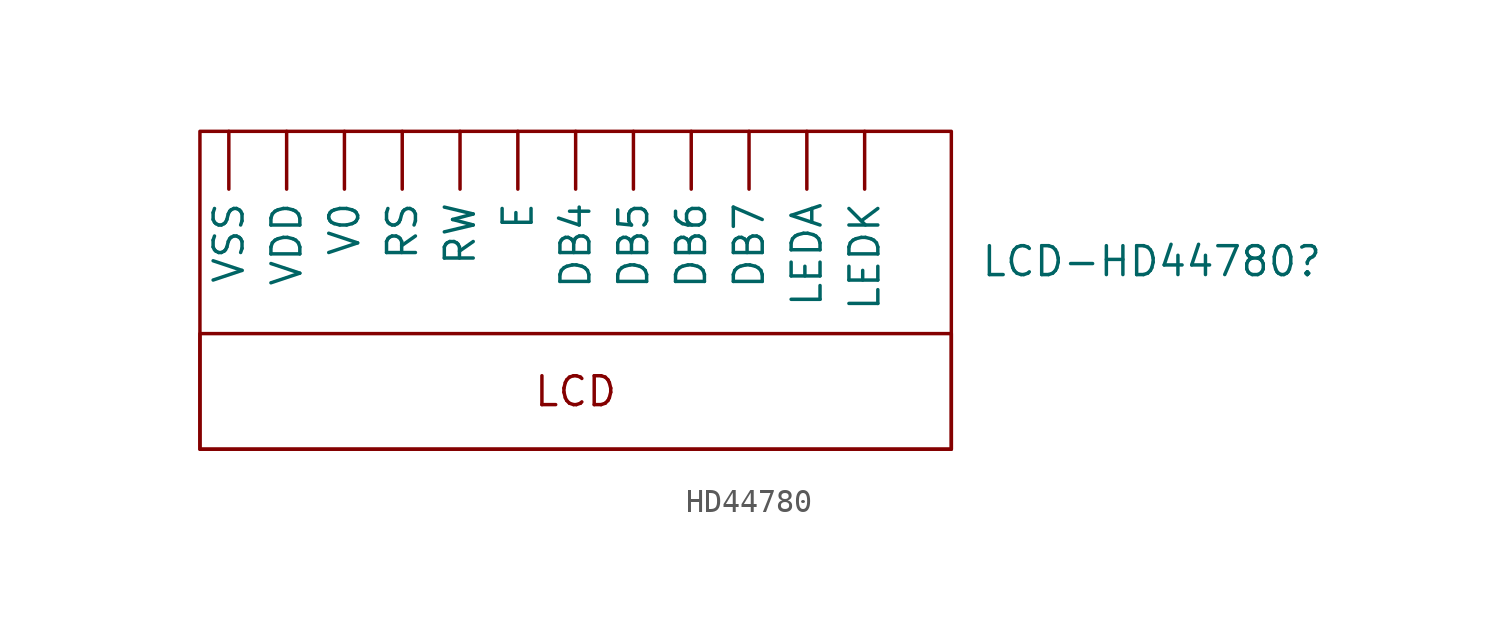
<source format=kicad_sym>
(kicad_symbol_lib
  (version 20241209)
  (generator "kicad_symbol_editor")
  (generator_version "9.0")
  (symbol "HD44780"
    (property "Reference" "LCD-HD44780"
      (at 20.32 4.445 0)
      (effects (font (size 1.27 1.27)) (justify left)))
    (symbol "HD44780_0_1"
      (rectangle (start -13.97 10.16) (end 19.05 -3.81) (stroke (width 0) (type default)) (fill (type none))))
    (symbol "HD44780_1_1"
      (text_box "LCD" (at 19.05 -3.81 0) (size -33.02 5.08) (margins 1.016 1.016 1.016 1.016) (stroke (width 0) (type solid)) (fill (type none)) (effects (font (size 1.27 1.27))))
      (pin output line (at -12.7 10.16 270) (length 2.54) (name "VSS" (effects (font (size 1.27 1.27)))) (number "" (effects (font (size 1.27 1.27)))))
      (pin output line (at -10.16 10.16 270) (length 2.54) (name "VDD" (effects (font (size 1.27 1.27)))) (number "" (effects (font (size 1.27 1.27)))))
      (pin output line (at -7.62 10.16 270) (length 2.54) (name "V0" (effects (font (size 1.27 1.27)))) (number "" (effects (font (size 1.27 1.27)))))
      (pin output line (at -5.08 10.16 270) (length 2.54) (name "RS" (effects (font (size 1.27 1.27)))) (number "" (effects (font (size 1.27 1.27)))))
      (pin output line (at -2.54 10.16 270) (length 2.54) (name "RW" (effects (font (size 1.27 1.27)))) (number "" (effects (font (size 1.27 1.27)))))
      (pin output line (at 0 10.16 270) (length 2.54) (name "E" (effects (font (size 1.27 1.27)))) (number "" (effects (font (size 1.27 1.27)))))
      (pin output line (at 2.54 10.16 270) (length 2.54) (name "DB4" (effects (font (size 1.27 1.27)))) (number "" (effects (font (size 1.27 1.27)))))
      (pin output line (at 5.08 10.16 270) (length 2.54) (name "DB5" (effects (font (size 1.27 1.27)))) (number "" (effects (font (size 1.27 1.27)))))
      (pin output line (at 7.62 10.16 270) (length 2.54) (name "DB6" (effects (font (size 1.27 1.27)))) (number "" (effects (font (size 1.27 1.27)))))
      (pin output line (at 10.16 10.16 270) (length 2.54) (name "DB7" (effects (font (size 1.27 1.27)))) (number "" (effects (font (size 1.27 1.27)))))
      (pin output line (at 12.7 10.16 270) (length 2.54) (name "LEDA" (effects (font (size 1.27 1.27)))) (number "" (effects (font (size 1.27 1.27)))))
      (pin output line (at 15.24 10.16 270) (length 2.54) (name "LEDK" (effects (font (size 1.27 1.27)))) (number "" (effects (font (size 1.27 1.27))))))))
</source>
